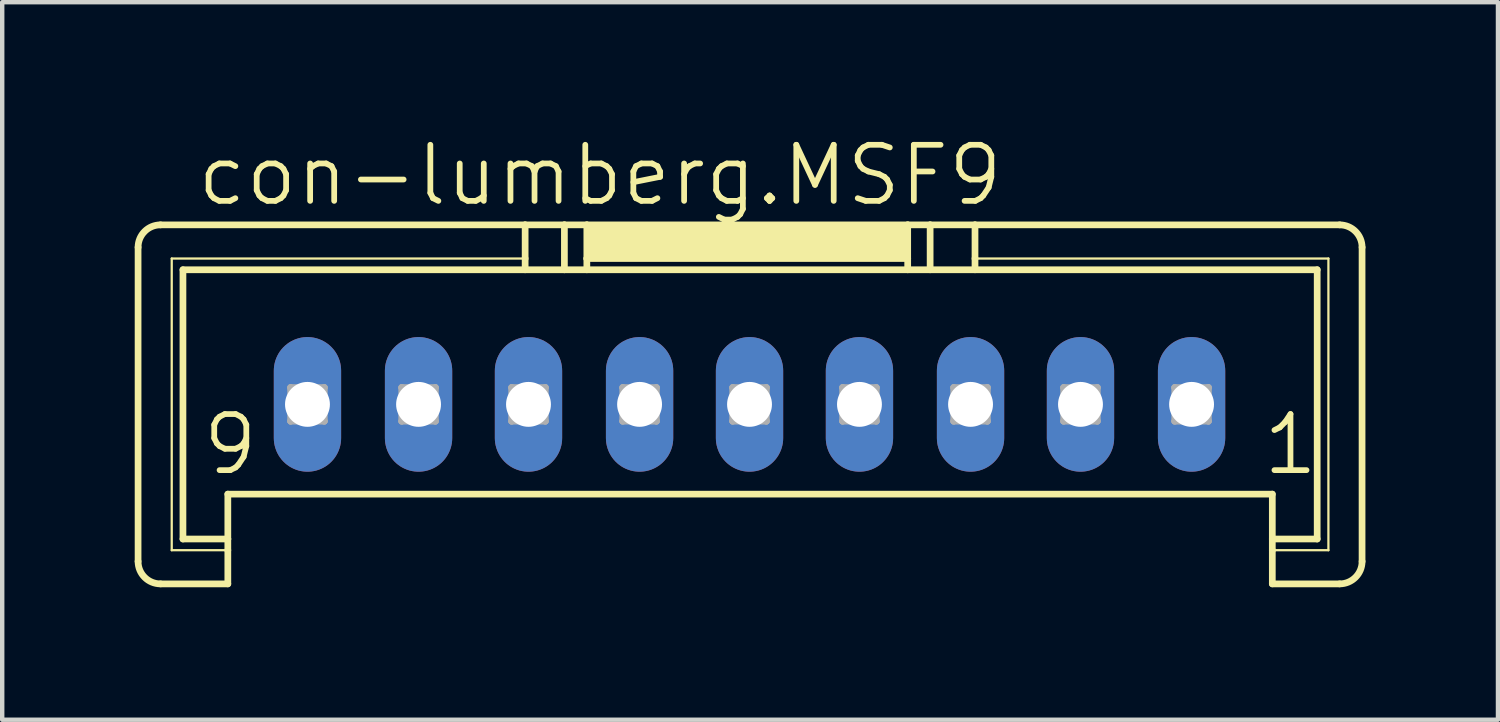
<source format=kicad_pcb>
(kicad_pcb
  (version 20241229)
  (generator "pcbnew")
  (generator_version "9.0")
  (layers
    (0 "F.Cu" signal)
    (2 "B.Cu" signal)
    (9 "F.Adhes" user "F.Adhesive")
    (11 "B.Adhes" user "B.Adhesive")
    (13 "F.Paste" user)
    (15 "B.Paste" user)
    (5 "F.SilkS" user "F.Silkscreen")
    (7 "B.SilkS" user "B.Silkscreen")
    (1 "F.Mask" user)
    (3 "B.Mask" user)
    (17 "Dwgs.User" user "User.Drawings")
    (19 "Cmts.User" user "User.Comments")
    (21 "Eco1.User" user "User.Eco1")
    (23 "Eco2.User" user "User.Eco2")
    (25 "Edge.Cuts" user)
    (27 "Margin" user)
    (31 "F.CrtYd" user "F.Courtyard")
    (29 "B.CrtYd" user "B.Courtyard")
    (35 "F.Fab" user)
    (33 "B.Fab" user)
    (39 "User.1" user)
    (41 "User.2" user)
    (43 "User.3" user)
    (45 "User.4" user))
  (footprint "con-lumberg.MSF9"
    (layer "F.Cu")
    (at 13.919 3.565)
    (property "Reference" "con-lumberg.MSF9" (at -12.573 -1.905 0) (layer "F.SilkS") (effects (font (size 1.27 1.27) (thickness 0.13)) (justify left bottom)))
    (attr through_hole)
    (fp_line (start -13.843 6.096) (end -13.843 -1.016) (stroke (width 0.152) (type default)) (layer "F.SilkS"))
    (fp_line (start -13.335 -1.524) (end -5.08 -1.524) (stroke (width 0.152) (type default)) (layer "F.SilkS"))
    (fp_line (start -13.081 -0.762) (end -5.08 -0.762) (stroke (width 0.051) (type default)) (layer "F.SilkS"))
    (fp_line (start -13.081 5.842) (end -13.081 -0.762) (stroke (width 0.051) (type default)) (layer "F.SilkS"))
    (fp_line (start -12.827 -0.508) (end -5.08 -0.508) (stroke (width 0.152) (type default)) (layer "F.SilkS"))
    (fp_line (start -12.827 5.588) (end -12.827 -0.508) (stroke (width 0.152) (type default)) (layer "F.SilkS"))
    (fp_line (start -11.811 5.588) (end -12.827 5.588) (stroke (width 0.152) (type default)) (layer "F.SilkS"))
    (fp_line (start -11.811 5.588) (end -11.811 4.572) (stroke (width 0.152) (type default)) (layer "F.SilkS"))
    (fp_line (start -11.811 5.588) (end -11.811 5.842) (stroke (width 0.152) (type default)) (layer "F.SilkS"))
    (fp_line (start -11.811 5.842) (end -13.081 5.842) (stroke (width 0.051) (type default)) (layer "F.SilkS"))
    (fp_line (start -11.811 5.842) (end -11.811 6.604) (stroke (width 0.152) (type default)) (layer "F.SilkS"))
    (fp_line (start -11.811 6.604) (end -13.335 6.604) (stroke (width 0.152) (type default)) (layer "F.SilkS"))
    (fp_line (start -5.08 -1.524) (end -5.08 -0.762) (stroke (width 0.152) (type default)) (layer "F.SilkS"))
    (fp_line (start -5.08 -1.524) (end -4.191 -1.524) (stroke (width 0.152) (type default)) (layer "F.SilkS"))
    (fp_line (start -5.08 -0.762) (end -5.08 -0.508) (stroke (width 0.152) (type default)) (layer "F.SilkS"))
    (fp_line (start -5.08 -0.508) (end -4.191 -0.508) (stroke (width 0.152) (type default)) (layer "F.SilkS"))
    (fp_line (start -4.191 -1.524) (end -4.191 -0.508) (stroke (width 0.152) (type default)) (layer "F.SilkS"))
    (fp_line (start -4.191 -1.524) (end -3.683 -1.524) (stroke (width 0.152) (type default)) (layer "F.SilkS"))
    (fp_line (start -4.191 -0.508) (end -3.683 -0.508) (stroke (width 0.152) (type default)) (layer "F.SilkS"))
    (fp_line (start -3.683 -1.524) (end -3.683 -0.762) (stroke (width 0.152) (type default)) (layer "F.SilkS"))
    (fp_line (start -3.683 -1.524) (end 3.581 -1.524) (stroke (width 0.152) (type default)) (layer "F.SilkS"))
    (fp_line (start -3.683 -0.762) (end -3.683 -0.508) (stroke (width 0.152) (type default)) (layer "F.SilkS"))
    (fp_line (start -3.683 -0.762) (end 3.581 -0.762) (stroke (width 0.152) (type default)) (layer "F.SilkS"))
    (fp_line (start -3.683 -0.508) (end 3.581 -0.508) (stroke (width 0.152) (type default)) (layer "F.SilkS"))
    (fp_line (start 3.581 -1.524) (end 3.581 -0.762) (stroke (width 0.152) (type default)) (layer "F.SilkS"))
    (fp_line (start 3.581 -1.524) (end 4.089 -1.524) (stroke (width 0.152) (type default)) (layer "F.SilkS"))
    (fp_line (start 3.581 -0.762) (end 3.581 -0.508) (stroke (width 0.152) (type default)) (layer "F.SilkS"))
    (fp_line (start 3.581 -0.508) (end 4.089 -0.508) (stroke (width 0.152) (type default)) (layer "F.SilkS"))
    (fp_line (start 4.089 -1.524) (end 4.089 -0.508) (stroke (width 0.152) (type default)) (layer "F.SilkS"))
    (fp_line (start 4.089 -1.524) (end 5.105 -1.524) (stroke (width 0.152) (type default)) (layer "F.SilkS"))
    (fp_line (start 4.089 -0.508) (end 5.105 -0.508) (stroke (width 0.152) (type default)) (layer "F.SilkS"))
    (fp_line (start 5.105 -1.524) (end 5.105 -0.762) (stroke (width 0.152) (type default)) (layer "F.SilkS"))
    (fp_line (start 5.105 -1.524) (end 13.36 -1.524) (stroke (width 0.152) (type default)) (layer "F.SilkS"))
    (fp_line (start 5.105 -0.762) (end 5.105 -0.508) (stroke (width 0.152) (type default)) (layer "F.SilkS"))
    (fp_line (start 5.105 -0.762) (end 13.106 -0.762) (stroke (width 0.051) (type default)) (layer "F.SilkS"))
    (fp_line (start 5.105 -0.508) (end 12.852 -0.508) (stroke (width 0.152) (type default)) (layer "F.SilkS"))
    (fp_line (start 11.836 4.572) (end -11.811 4.572) (stroke (width 0.152) (type default)) (layer "F.SilkS"))
    (fp_line (start 11.836 5.588) (end 11.836 4.572) (stroke (width 0.152) (type default)) (layer "F.SilkS"))
    (fp_line (start 11.836 5.842) (end 11.836 5.588) (stroke (width 0.152) (type default)) (layer "F.SilkS"))
    (fp_line (start 11.836 6.604) (end 11.836 5.842) (stroke (width 0.152) (type default)) (layer "F.SilkS"))
    (fp_line (start 12.852 -0.508) (end 12.852 5.588) (stroke (width 0.152) (type default)) (layer "F.SilkS"))
    (fp_line (start 12.852 5.588) (end 11.836 5.588) (stroke (width 0.152) (type default)) (layer "F.SilkS"))
    (fp_line (start 13.106 -0.762) (end 13.106 5.842) (stroke (width 0.051) (type default)) (layer "F.SilkS"))
    (fp_line (start 13.106 5.842) (end 11.836 5.842) (stroke (width 0.051) (type default)) (layer "F.SilkS"))
    (fp_line (start 13.36 6.604) (end 11.836 6.604) (stroke (width 0.152) (type default)) (layer "F.SilkS"))
    (fp_line (start 13.868 -1.016) (end 13.868 6.096) (stroke (width 0.152) (type default)) (layer "F.SilkS"))
    (fp_rect (start -3.607 -0.762) (end 3.505 -1.524) (stroke (width 0.05) (type default)) (fill yes) (layer "F.SilkS"))
    (fp_arc (start -13.843 -1.016) (mid -13.69421 -1.37521) (end -13.335 -1.524) (stroke (width 0.1524) (type default)) (layer "F.SilkS"))
    (fp_arc (start -13.335 6.604) (mid -13.69421 6.45521) (end -13.843 6.096) (stroke (width 0.1524) (type default)) (layer "F.SilkS"))
    (fp_arc (start 13.3604 -1.524) (mid 13.71961 -1.37521) (end 13.8684 -1.016) (stroke (width 0.1524) (type default)) (layer "F.SilkS"))
    (fp_arc (start 13.8684 6.096) (mid 13.71961 6.45521) (end 13.3604 6.604) (stroke (width 0.1524) (type default)) (layer "F.SilkS"))
    (fp_line (start -10.389 2.159) (end -10.389 2.921) (stroke (width 0.152) (type default)) (layer "F.Fab"))
    (fp_line (start -10.389 2.159) (end -9.627 2.921) (stroke (width 0.152) (type default)) (layer "F.Fab"))
    (fp_line (start -10.389 2.921) (end -9.627 2.921) (stroke (width 0.152) (type default)) (layer "F.Fab"))
    (fp_line (start -9.627 2.159) (end -10.389 2.159) (stroke (width 0.152) (type default)) (layer "F.Fab"))
    (fp_line (start -9.627 2.159) (end -10.389 2.921) (stroke (width 0.152) (type default)) (layer "F.Fab"))
    (fp_line (start -9.627 2.921) (end -9.627 2.159) (stroke (width 0.152) (type default)) (layer "F.Fab"))
    (fp_line (start -7.874 2.159) (end -7.874 2.921) (stroke (width 0.152) (type default)) (layer "F.Fab"))
    (fp_line (start -7.874 2.159) (end -7.112 2.921) (stroke (width 0.152) (type default)) (layer "F.Fab"))
    (fp_line (start -7.874 2.921) (end -7.112 2.921) (stroke (width 0.152) (type default)) (layer "F.Fab"))
    (fp_line (start -7.112 2.159) (end -7.874 2.159) (stroke (width 0.152) (type default)) (layer "F.Fab"))
    (fp_line (start -7.112 2.159) (end -7.874 2.921) (stroke (width 0.152) (type default)) (layer "F.Fab"))
    (fp_line (start -7.112 2.921) (end -7.112 2.159) (stroke (width 0.152) (type default)) (layer "F.Fab"))
    (fp_line (start -5.385 2.159) (end -5.385 2.921) (stroke (width 0.152) (type default)) (layer "F.Fab"))
    (fp_line (start -5.385 2.159) (end -4.623 2.921) (stroke (width 0.152) (type default)) (layer "F.Fab"))
    (fp_line (start -5.385 2.921) (end -4.623 2.921) (stroke (width 0.152) (type default)) (layer "F.Fab"))
    (fp_line (start -4.623 2.159) (end -5.385 2.159) (stroke (width 0.152) (type default)) (layer "F.Fab"))
    (fp_line (start -4.623 2.159) (end -5.385 2.921) (stroke (width 0.152) (type default)) (layer "F.Fab"))
    (fp_line (start -4.623 2.921) (end -4.623 2.159) (stroke (width 0.152) (type default)) (layer "F.Fab"))
    (fp_line (start -2.87 2.159) (end -2.87 2.921) (stroke (width 0.152) (type default)) (layer "F.Fab"))
    (fp_line (start -2.87 2.159) (end -2.108 2.921) (stroke (width 0.152) (type default)) (layer "F.Fab"))
    (fp_line (start -2.87 2.921) (end -2.108 2.921) (stroke (width 0.152) (type default)) (layer "F.Fab"))
    (fp_line (start -2.108 2.159) (end -2.87 2.159) (stroke (width 0.152) (type default)) (layer "F.Fab"))
    (fp_line (start -2.108 2.159) (end -2.87 2.921) (stroke (width 0.152) (type default)) (layer "F.Fab"))
    (fp_line (start -2.108 2.921) (end -2.108 2.159) (stroke (width 0.152) (type default)) (layer "F.Fab"))
    (fp_line (start -0.381 2.159) (end -0.381 2.921) (stroke (width 0.152) (type default)) (layer "F.Fab"))
    (fp_line (start -0.381 2.159) (end 0.381 2.921) (stroke (width 0.152) (type default)) (layer "F.Fab"))
    (fp_line (start -0.381 2.921) (end 0.381 2.921) (stroke (width 0.152) (type default)) (layer "F.Fab"))
    (fp_line (start 0.381 2.159) (end -0.381 2.159) (stroke (width 0.152) (type default)) (layer "F.Fab"))
    (fp_line (start 0.381 2.159) (end -0.381 2.921) (stroke (width 0.152) (type default)) (layer "F.Fab"))
    (fp_line (start 0.381 2.921) (end 0.381 2.159) (stroke (width 0.152) (type default)) (layer "F.Fab"))
    (fp_line (start 2.108 2.159) (end 2.108 2.921) (stroke (width 0.152) (type default)) (layer "F.Fab"))
    (fp_line (start 2.108 2.159) (end 2.87 2.921) (stroke (width 0.152) (type default)) (layer "F.Fab"))
    (fp_line (start 2.108 2.921) (end 2.87 2.921) (stroke (width 0.152) (type default)) (layer "F.Fab"))
    (fp_line (start 2.87 2.159) (end 2.108 2.159) (stroke (width 0.152) (type default)) (layer "F.Fab"))
    (fp_line (start 2.87 2.159) (end 2.108 2.921) (stroke (width 0.152) (type default)) (layer "F.Fab"))
    (fp_line (start 2.87 2.921) (end 2.87 2.159) (stroke (width 0.152) (type default)) (layer "F.Fab"))
    (fp_line (start 4.623 2.159) (end 4.623 2.921) (stroke (width 0.152) (type default)) (layer "F.Fab"))
    (fp_line (start 4.623 2.159) (end 5.385 2.921) (stroke (width 0.152) (type default)) (layer "F.Fab"))
    (fp_line (start 4.623 2.921) (end 5.385 2.921) (stroke (width 0.152) (type default)) (layer "F.Fab"))
    (fp_line (start 5.385 2.159) (end 4.623 2.159) (stroke (width 0.152) (type default)) (layer "F.Fab"))
    (fp_line (start 5.385 2.159) (end 4.623 2.921) (stroke (width 0.152) (type default)) (layer "F.Fab"))
    (fp_line (start 5.385 2.921) (end 5.385 2.159) (stroke (width 0.152) (type default)) (layer "F.Fab"))
    (fp_line (start 7.112 2.159) (end 7.112 2.921) (stroke (width 0.152) (type default)) (layer "F.Fab"))
    (fp_line (start 7.112 2.159) (end 7.874 2.921) (stroke (width 0.152) (type default)) (layer "F.Fab"))
    (fp_line (start 7.112 2.921) (end 7.874 2.921) (stroke (width 0.152) (type default)) (layer "F.Fab"))
    (fp_line (start 7.874 2.159) (end 7.112 2.159) (stroke (width 0.152) (type default)) (layer "F.Fab"))
    (fp_line (start 7.874 2.159) (end 7.112 2.921) (stroke (width 0.152) (type default)) (layer "F.Fab"))
    (fp_line (start 7.874 2.921) (end 7.874 2.159) (stroke (width 0.152) (type default)) (layer "F.Fab"))
    (fp_line (start 9.627 2.159) (end 9.627 2.921) (stroke (width 0.152) (type default)) (layer "F.Fab"))
    (fp_line (start 9.627 2.159) (end 10.389 2.921) (stroke (width 0.152) (type default)) (layer "F.Fab"))
    (fp_line (start 9.627 2.921) (end 10.389 2.921) (stroke (width 0.152) (type default)) (layer "F.Fab"))
    (fp_line (start 10.389 2.159) (end 9.627 2.159) (stroke (width 0.152) (type default)) (layer "F.Fab"))
    (fp_line (start 10.389 2.159) (end 9.627 2.921) (stroke (width 0.152) (type default)) (layer "F.Fab"))
    (fp_line (start 10.389 2.921) (end 10.389 2.159) (stroke (width 0.152) (type default)) (layer "F.Fab"))
    (fp_text user "9" (at -12.446 4.191 0) (layer "F.SilkS") (effects (font (size 1.27 1.27) (thickness 0.13)) (justify left bottom)))
    (fp_text user "1" (at 11.557 4.191 0) (layer "F.SilkS") (effects (font (size 1.27 1.27) (thickness 0.13)) (justify left bottom)))
    (pad "1" thru_hole oval (at 10.008 2.54 90) (size 3.048 1.524) (drill 1.016) (layers "*.Cu" "*.Mask"))
    (pad "2" thru_hole oval (at 7.493 2.54 90) (size 3.048 1.524) (drill 1.016) (layers "*.Cu" "*.Mask"))
    (pad "3" thru_hole oval (at 5.004 2.54 90) (size 3.048 1.524) (drill 1.016) (layers "*.Cu" "*.Mask"))
    (pad "4" thru_hole oval (at 2.489 2.54 90) (size 3.048 1.524) (drill 1.016) (layers "*.Cu" "*.Mask"))
    (pad "5" thru_hole oval (at 0 2.54 90) (size 3.048 1.524) (drill 1.016) (layers "*.Cu" "*.Mask"))
    (pad "6" thru_hole oval (at -2.489 2.54 90) (size 3.048 1.524) (drill 1.016) (layers "*.Cu" "*.Mask"))
    (pad "7" thru_hole oval (at -5.004 2.54 90) (size 3.048 1.524) (drill 1.016) (layers "*.Cu" "*.Mask"))
    (pad "8" thru_hole oval (at -7.493 2.54 90) (size 3.048 1.524) (drill 1.016) (layers "*.Cu" "*.Mask"))
    (pad "9" thru_hole oval (at -10.008 2.54 90) (size 3.048 1.524) (drill 1.016) (layers "*.Cu" "*.Mask")))
  (gr_rect
    (start -3 -3)
    (end 30.864 13.245)
    (stroke (width 0.1) (type default))
    (fill no)
    (layer "Edge.Cuts")))
</source>
